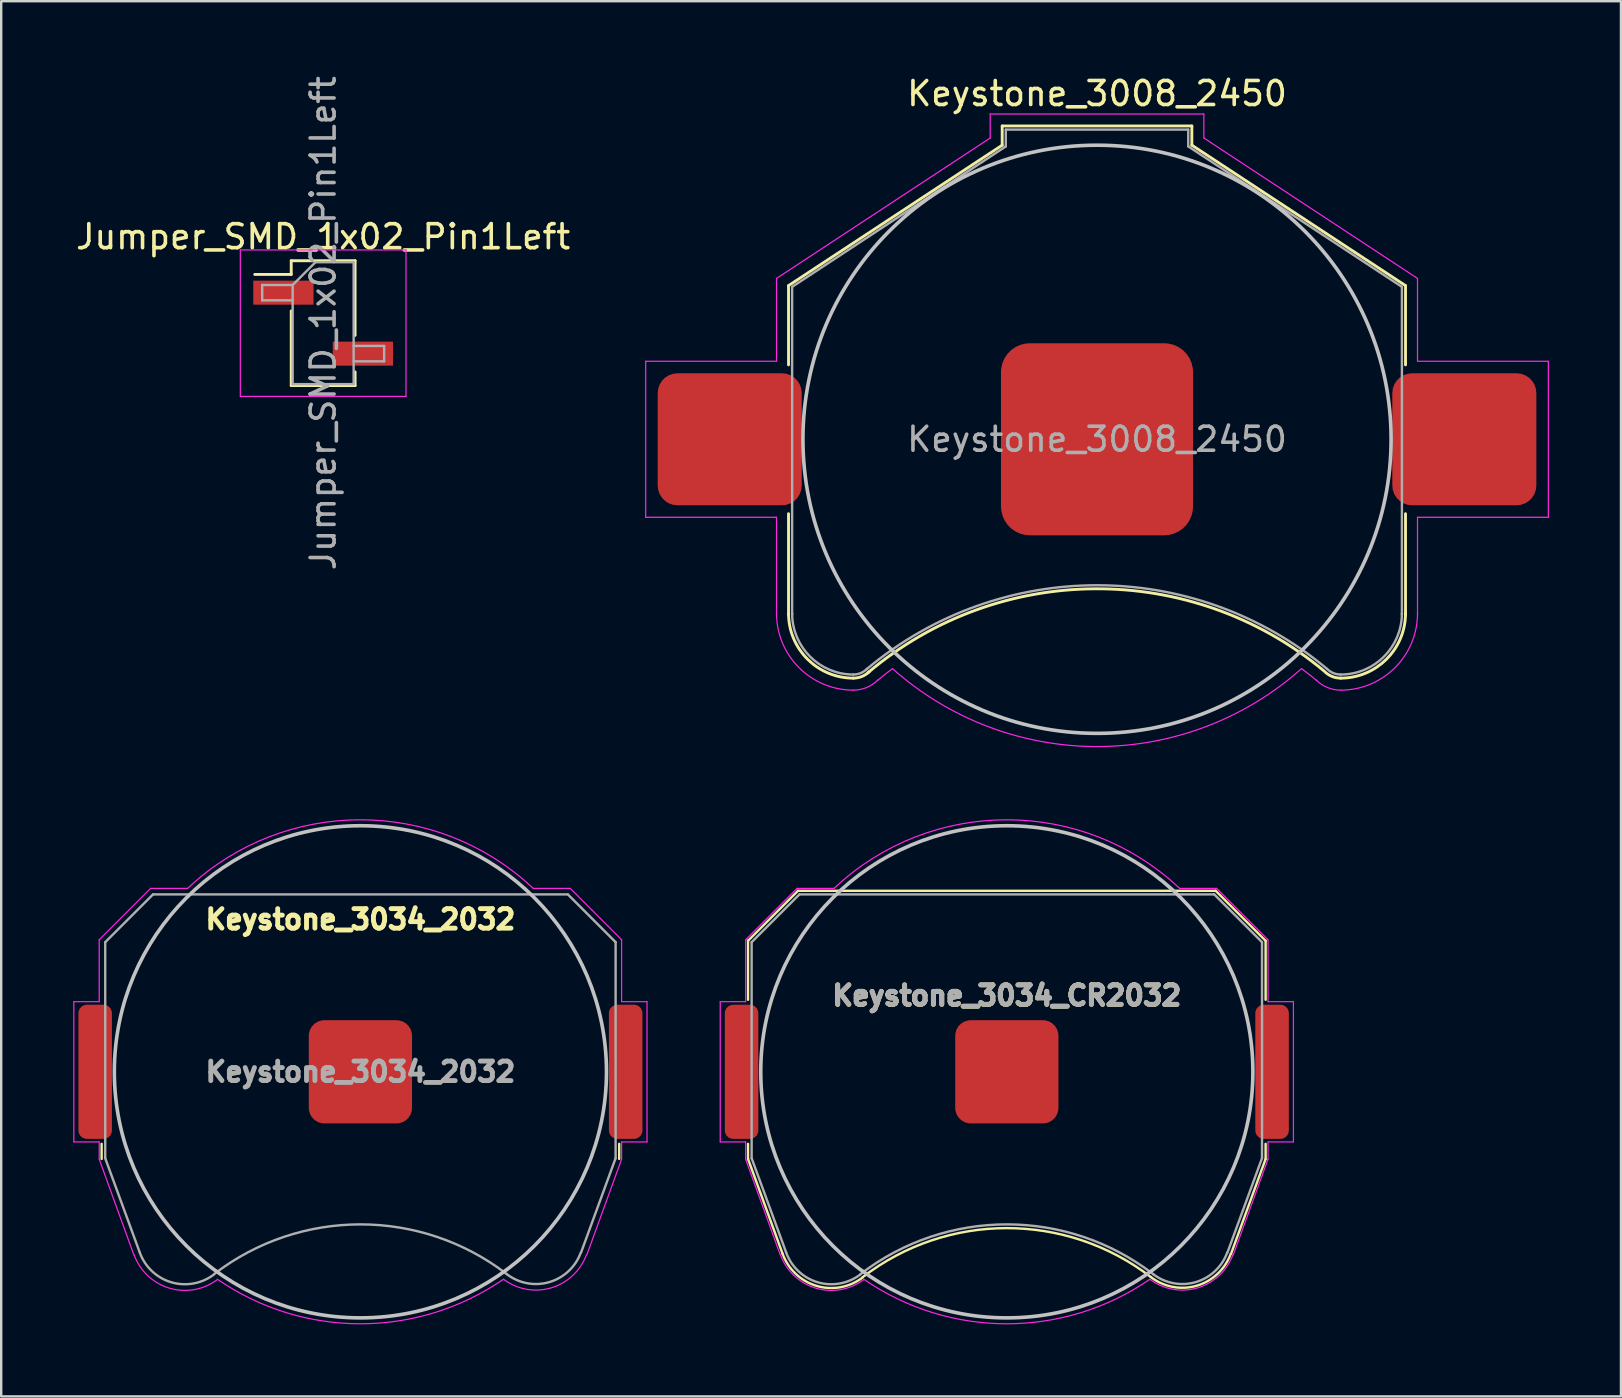
<source format=kicad_pcb>
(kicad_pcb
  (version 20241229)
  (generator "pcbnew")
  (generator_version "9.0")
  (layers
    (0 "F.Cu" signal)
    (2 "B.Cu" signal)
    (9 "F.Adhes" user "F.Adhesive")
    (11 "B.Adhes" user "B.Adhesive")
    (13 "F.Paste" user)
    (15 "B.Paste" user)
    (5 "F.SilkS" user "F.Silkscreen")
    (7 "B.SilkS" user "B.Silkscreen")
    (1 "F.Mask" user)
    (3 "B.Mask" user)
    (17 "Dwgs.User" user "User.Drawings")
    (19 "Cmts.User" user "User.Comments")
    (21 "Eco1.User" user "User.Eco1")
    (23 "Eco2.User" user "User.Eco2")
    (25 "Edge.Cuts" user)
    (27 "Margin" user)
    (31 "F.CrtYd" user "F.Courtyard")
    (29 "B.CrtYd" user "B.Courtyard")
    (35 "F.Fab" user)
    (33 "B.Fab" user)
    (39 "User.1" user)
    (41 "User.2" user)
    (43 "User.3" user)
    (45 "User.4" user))
  (footprint "Keystone_3034_CR2032"
    (layer "F.Cu")
    (at 38.889 41.596)
    (property "Reference" "Keystone_3034_CR2032" (at 0 -3.175 0) (layer "F.SilkS") (effects (font (size 0.813 0.813) (thickness 0.203))))
    (attr smd)
    (fp_line (start -10.78 -5.46) (end -10.78 -3) (stroke (width 0.1) (type solid)) (layer "F.SilkS"))
    (fp_line (start -10.78 3) (end -10.78 3.63) (stroke (width 0.1) (type solid)) (layer "F.SilkS"))
    (fp_line (start -10.78 3.63) (end -9.34 7.58) (stroke (width 0.1) (type solid)) (layer "F.SilkS"))
    (fp_line (start -8.7 -7.54) (end -10.78 -5.46) (stroke (width 0.1) (type solid)) (layer "F.SilkS"))
    (fp_line (start 8.7 -7.54) (end -8.7 -7.54) (stroke (width 0.1) (type solid)) (layer "F.SilkS"))
    (fp_line (start 8.7 -7.54) (end 10.78 -5.46) (stroke (width 0.1) (type solid)) (layer "F.SilkS"))
    (fp_line (start 10.78 -5.46) (end 10.78 -3) (stroke (width 0.1) (type solid)) (layer "F.SilkS"))
    (fp_line (start 10.78 3) (end 10.78 3.63) (stroke (width 0.1) (type solid)) (layer "F.SilkS"))
    (fp_line (start 10.78 3.63) (end 9.34 7.58) (stroke (width 0.1) (type solid)) (layer "F.SilkS"))
    (fp_arc (start -6.0046 8.553536) (mid -0.002901 6.511341) (end 6 8.55) (stroke (width 0.1) (type solid)) (layer "F.SilkS"))
    (fp_arc (start -6.003354 8.56653) (mid -7.921654 8.918738) (end -9.34 7.58) (stroke (width 0.1) (type solid)) (layer "F.SilkS"))
    (fp_arc (start 9.325243 7.588169) (mid 7.90634 8.911668) (end 6 8.55) (stroke (width 0.1) (type solid)) (layer "F.SilkS"))
    (fp_circle (center 0 0) (end 0 10.25) (stroke (width 0.15) (type solid)) (fill no) (layer "Dwgs.User"))
    (fp_line (start -11.938 -2.921) (end -11.938 2.921) (stroke (width 0.05) (type solid)) (layer "F.CrtYd"))
    (fp_line (start -11.938 2.921) (end -10.88 2.921) (stroke (width 0.05) (type solid)) (layer "F.CrtYd"))
    (fp_line (start -10.88 -5.5) (end -10.88 -2.921) (stroke (width 0.05) (type solid)) (layer "F.CrtYd"))
    (fp_line (start -10.88 -2.921) (end -11.938 -2.921) (stroke (width 0.05) (type solid)) (layer "F.CrtYd"))
    (fp_line (start -10.88 2.921) (end -10.88 3.64) (stroke (width 0.05) (type solid)) (layer "F.CrtYd"))
    (fp_line (start -10.88 3.64) (end -9.44 7.62) (stroke (width 0.05) (type solid)) (layer "F.CrtYd"))
    (fp_line (start -8.74 -7.64) (end -10.88 -5.5) (stroke (width 0.05) (type solid)) (layer "F.CrtYd"))
    (fp_line (start -7.2 -7.64) (end -8.74 -7.64) (stroke (width 0.05) (type solid)) (layer "F.CrtYd"))
    (fp_line (start 8.74 -7.64) (end 7.2 -7.64) (stroke (width 0.05) (type solid)) (layer "F.CrtYd"))
    (fp_line (start 9.43 7.63) (end 10.88 3.64) (stroke (width 0.05) (type solid)) (layer "F.CrtYd"))
    (fp_line (start 10.88 -5.5) (end 8.74 -7.64) (stroke (width 0.05) (type solid)) (layer "F.CrtYd"))
    (fp_line (start 10.88 -2.921) (end 10.88 -5.5) (stroke (width 0.05) (type solid)) (layer "F.CrtYd"))
    (fp_line (start 10.88 2.921) (end 11.938 2.921) (stroke (width 0.05) (type solid)) (layer "F.CrtYd"))
    (fp_line (start 10.88 3.64) (end 10.88 2.921) (stroke (width 0.05) (type solid)) (layer "F.CrtYd"))
    (fp_line (start 11.938 -2.921) (end 10.88 -2.921) (stroke (width 0.05) (type solid)) (layer "F.CrtYd"))
    (fp_line (start 11.938 2.921) (end 11.938 -2.921) (stroke (width 0.05) (type solid)) (layer "F.CrtYd"))
    (fp_arc (start -7.199546 -7.640427) (mid 0.000312 -10.498075) (end 7.2 -7.64) (stroke (width 0.05) (type solid)) (layer "F.CrtYd"))
    (fp_arc (start -5.956965 8.654604) (mid -7.953941 9.011629) (end -9.43 7.62) (stroke (width 0.05) (type solid)) (layer "F.CrtYd"))
    (fp_arc (start 5.945368 8.650075) (mid -0.008883 10.496243) (end -5.96 8.64) (stroke (width 0.05) (type solid)) (layer "F.CrtYd"))
    (fp_arc (start 9.415144 7.621341) (mid 7.944017 9.000493) (end 5.96 8.64) (stroke (width 0.05) (type solid)) (layer "F.CrtYd"))
    (fp_line (start -10.63 -5.4) (end -8.64 -7.39) (stroke (width 0.1) (type solid)) (layer "F.Fab"))
    (fp_line (start -10.63 3.6) (end -10.63 -5.4) (stroke (width 0.1) (type solid)) (layer "F.Fab"))
    (fp_line (start -9.19 7.53) (end -10.63 3.6) (stroke (width 0.1) (type solid)) (layer "F.Fab"))
    (fp_line (start -8.64 -7.39) (end 8.64 -7.39) (stroke (width 0.1) (type solid)) (layer "F.Fab"))
    (fp_line (start 8.64 -7.39) (end 10.63 -5.4) (stroke (width 0.1) (type solid)) (layer "F.Fab"))
    (fp_line (start 10.63 -5.4) (end 10.63 3.6) (stroke (width 0.1) (type solid)) (layer "F.Fab"))
    (fp_line (start 10.63 3.6) (end 9.19 7.53) (stroke (width 0.1) (type solid)) (layer "F.Fab"))
    (fp_arc (start -6.096146 8.438508) (mid -7.87328 8.768206) (end -9.19 7.53) (stroke (width 0.1) (type solid)) (layer "F.Fab"))
    (fp_arc (start -6.094852 8.426043) (mid 0.003247 6.355257) (end 6.1 8.43) (stroke (width 0.1) (type solid)) (layer "F.Fab"))
    (fp_arc (start 9.180727 7.528882) (mid 7.868698 8.760067) (end 6.1 8.43) (stroke (width 0.1) (type solid)) (layer "F.Fab"))
    (fp_text user "${REFERENCE}" (at 0 -3.175 0) (layer "F.Fab") (effects (font (size 0.813 0.813) (thickness 0.203))))
    (pad "1" smd roundrect (at -11.049 0) (size 1.397 5.588) (layers "F.Cu" "F.Mask" "F.Paste") (roundrect_rratio 0.25))
    (pad "1" smd roundrect (at 11.049 0) (size 1.397 5.588) (layers "F.Cu" "F.Mask" "F.Paste") (roundrect_rratio 0.25))
    (pad "2" smd roundrect (at 0 0) (size 4.3 4.3) (layers "F.Cu" "F.Mask" "F.Paste") (roundrect_rratio 0.15)))
  (footprint "Jumper_SMD_1x02_Pin1Left"
    (layer "F.Cu")
    (at 10.411 10.411)
    (property "Reference" "Jumper_SMD_1x02_Pin1Left" (at 0 -3.6 0) (layer "F.SilkS") (effects (font (size 1 1) (thickness 0.15))))
    (attr smd)
    (fp_line (start -1.33 -2.6) (end -1.33 -2.03) (stroke (width 0.12) (type solid)) (layer "F.SilkS"))
    (fp_line (start -1.33 -2.6) (end 1.33 -2.6) (stroke (width 0.12) (type solid)) (layer "F.SilkS"))
    (fp_line (start -1.33 -2.03) (end -2.85 -2.03) (stroke (width 0.12) (type solid)) (layer "F.SilkS"))
    (fp_line (start -1.33 -0.51) (end -1.33 2.6) (stroke (width 0.12) (type solid)) (layer "F.SilkS"))
    (fp_line (start -1.33 2.6) (end 1.33 2.6) (stroke (width 0.12) (type solid)) (layer "F.SilkS"))
    (fp_line (start 1.33 -2.6) (end 1.33 0.51) (stroke (width 0.12) (type solid)) (layer "F.SilkS"))
    (fp_line (start 1.33 2.03) (end 1.33 2.6) (stroke (width 0.12) (type solid)) (layer "F.SilkS"))
    (fp_line (start -3.45 -3.05) (end -3.45 3.05) (stroke (width 0.05) (type solid)) (layer "F.CrtYd"))
    (fp_line (start -3.45 3.05) (end 3.45 3.05) (stroke (width 0.05) (type solid)) (layer "F.CrtYd"))
    (fp_line (start 3.45 -3.05) (end -3.45 -3.05) (stroke (width 0.05) (type solid)) (layer "F.CrtYd"))
    (fp_line (start 3.45 3.05) (end 3.45 -3.05) (stroke (width 0.05) (type solid)) (layer "F.CrtYd"))
    (fp_line (start -2.54 -1.59) (end -2.54 -0.95) (stroke (width 0.1) (type solid)) (layer "F.Fab"))
    (fp_line (start -2.54 -0.95) (end -1.27 -0.95) (stroke (width 0.1) (type solid)) (layer "F.Fab"))
    (fp_line (start -1.27 -1.59) (end -2.54 -1.59) (stroke (width 0.1) (type solid)) (layer "F.Fab"))
    (fp_line (start -1.27 -1.59) (end -0.32 -2.54) (stroke (width 0.1) (type solid)) (layer "F.Fab"))
    (fp_line (start -1.27 2.54) (end -1.27 -1.59) (stroke (width 0.1) (type solid)) (layer "F.Fab"))
    (fp_line (start -0.32 -2.54) (end 1.27 -2.54) (stroke (width 0.1) (type solid)) (layer "F.Fab"))
    (fp_line (start 1.27 -2.54) (end 1.27 2.54) (stroke (width 0.1) (type solid)) (layer "F.Fab"))
    (fp_line (start 1.27 0.95) (end 2.54 0.95) (stroke (width 0.1) (type solid)) (layer "F.Fab"))
    (fp_line (start 1.27 2.54) (end -1.27 2.54) (stroke (width 0.1) (type solid)) (layer "F.Fab"))
    (fp_line (start 2.54 0.95) (end 2.54 1.59) (stroke (width 0.1) (type solid)) (layer "F.Fab"))
    (fp_line (start 2.54 1.59) (end 1.27 1.59) (stroke (width 0.1) (type solid)) (layer "F.Fab"))
    (fp_text user "${REFERENCE}" (at 0 0 90) (layer "F.Fab") (effects (font (size 1 1) (thickness 0.15))))
    (pad "1" smd rect (at -1.655 -1.27) (size 2.51 1) (layers "F.Cu" "F.Mask" "F.Paste"))
    (pad "2" smd rect (at 1.655 1.27) (size 2.51 1) (layers "F.Cu" "F.Mask" "F.Paste")))
  (footprint "Keystone_3008_2450"
    (layer "F.Cu")
    (at 42.646 15.248)
    (property "Reference" "Keystone_3008_2450" (at 0 -14.4 0) (layer "F.SilkS") (effects (font (size 1 1) (thickness 0.15))))
    (attr smd)
    (fp_line (start -12.85 -6.4) (end -12.85 -3.1) (stroke (width 0.12) (type solid)) (layer "F.SilkS"))
    (fp_line (start -12.85 3.1) (end -12.85 7.3) (stroke (width 0.12) (type solid)) (layer "F.SilkS"))
    (fp_line (start -3.95 -13.05) (end -3.95 -12.25) (stroke (width 0.12) (type solid)) (layer "F.SilkS"))
    (fp_line (start -3.95 -13.05) (end 3.95 -13.05) (stroke (width 0.12) (type solid)) (layer "F.SilkS"))
    (fp_line (start -3.95 -12.25) (end -12.85 -6.4) (stroke (width 0.12) (type solid)) (layer "F.SilkS"))
    (fp_line (start 3.95 -13.05) (end 3.95 -12.25) (stroke (width 0.12) (type solid)) (layer "F.SilkS"))
    (fp_line (start 3.95 -12.25) (end 12.85 -6.4) (stroke (width 0.12) (type solid)) (layer "F.SilkS"))
    (fp_line (start 12.85 -6.4) (end 12.85 -3.1) (stroke (width 0.12) (type solid)) (layer "F.SilkS"))
    (fp_line (start 12.85 3.1) (end 12.85 7.3) (stroke (width 0.12) (type solid)) (layer "F.SilkS"))
    (fp_arc (start -10.15 9.95) (mid -12.059188 9.159188) (end -12.85 7.25) (stroke (width 0.12) (type solid)) (layer "F.SilkS"))
    (fp_arc (start -9.55 9.73) (mid -0.071508 6.228057) (end 9.440443 9.638071) (stroke (width 0.12) (type solid)) (layer "F.SilkS"))
    (fp_arc (start -9.478249 9.671751) (mid -9.786451 9.877685) (end -10.15 9.95) (stroke (width 0.12) (type solid)) (layer "F.SilkS"))
    (fp_arc (start 10.15 9.95) (mid 9.786451 9.877686) (end 9.478249 9.671751) (stroke (width 0.12) (type solid)) (layer "F.SilkS"))
    (fp_arc (start 12.85 7.25) (mid 12.059188 9.159188) (end 10.15 9.95) (stroke (width 0.12) (type solid)) (layer "F.SilkS"))
    (fp_circle (center 0 0) (end 12.25 0) (stroke (width 0.15) (type solid)) (fill no) (layer "Dwgs.User"))
    (fp_line (start -18.8 -3.25) (end -18.8 3.25) (stroke (width 0.05) (type solid)) (layer "F.CrtYd"))
    (fp_line (start -18.8 3.25) (end -13.35 3.25) (stroke (width 0.05) (type solid)) (layer "F.CrtYd"))
    (fp_line (start -13.35 -6.7) (end -13.35 -3.25) (stroke (width 0.05) (type solid)) (layer "F.CrtYd"))
    (fp_line (start -13.35 -3.25) (end -18.8 -3.25) (stroke (width 0.05) (type solid)) (layer "F.CrtYd"))
    (fp_line (start -13.35 3.25) (end -13.35 7.3) (stroke (width 0.05) (type solid)) (layer "F.CrtYd"))
    (fp_line (start -4.45 -13.55) (end -4.45 -12.55) (stroke (width 0.05) (type solid)) (layer "F.CrtYd"))
    (fp_line (start -4.45 -13.55) (end 4.45 -13.55) (stroke (width 0.05) (type solid)) (layer "F.CrtYd"))
    (fp_line (start -4.45 -12.55) (end -13.35 -6.7) (stroke (width 0.05) (type solid)) (layer "F.CrtYd"))
    (fp_line (start 4.45 -13.55) (end 4.45 -12.55) (stroke (width 0.05) (type solid)) (layer "F.CrtYd"))
    (fp_line (start 4.45 -12.55) (end 13.35 -6.7) (stroke (width 0.05) (type solid)) (layer "F.CrtYd"))
    (fp_line (start 13.35 -6.7) (end 13.35 -3.25) (stroke (width 0.05) (type solid)) (layer "F.CrtYd"))
    (fp_line (start 13.35 -3.25) (end 18.8 -3.25) (stroke (width 0.05) (type solid)) (layer "F.CrtYd"))
    (fp_line (start 13.35 3.25) (end 13.35 7.3) (stroke (width 0.05) (type solid)) (layer "F.CrtYd"))
    (fp_line (start 18.8 -3.25) (end 18.8 3.25) (stroke (width 0.05) (type solid)) (layer "F.CrtYd"))
    (fp_line (start 18.8 3.25) (end 13.35 3.25) (stroke (width 0.05) (type solid)) (layer "F.CrtYd"))
    (fp_arc (start -10.15 10.45) (mid -12.412742 9.512742) (end -13.35 7.25) (stroke (width 0.05) (type solid)) (layer "F.CrtYd"))
    (fp_arc (start -9.15 10.05) (mid -8.840691 9.798786) (end -8.524488 9.556307) (stroke (width 0.05) (type solid)) (layer "F.CrtYd"))
    (fp_arc (start -9.124695 10.025305) (mid -9.595109 10.339626) (end -10.15 10.45) (stroke (width 0.05) (type solid)) (layer "F.CrtYd"))
    (fp_arc (start 0 12.8) (mid -4.55581 11.961797) (end -8.514949 9.556969) (stroke (width 0.05) (type solid)) (layer "F.CrtYd"))
    (fp_arc (start 8.514949 9.556969) (mid 4.55581 11.961798) (end 0 12.8) (stroke (width 0.05) (type solid)) (layer "F.CrtYd"))
    (fp_arc (start 8.524488 9.556307) (mid 8.840691 9.798786) (end 9.15 10.05) (stroke (width 0.05) (type solid)) (layer "F.CrtYd"))
    (fp_arc (start 10.15 10.45) (mid 9.595109 10.339625) (end 9.124695 10.025305) (stroke (width 0.05) (type solid)) (layer "F.CrtYd"))
    (fp_arc (start 13.35 7.25) (mid 12.412742 9.512742) (end 10.15 10.45) (stroke (width 0.05) (type solid)) (layer "F.CrtYd"))
    (fp_line (start -12.7 -6.35) (end -12.7 7.3) (stroke (width 0.1) (type solid)) (layer "F.Fab"))
    (fp_line (start -3.8 -12.9) (end -3.8 -12.2) (stroke (width 0.1) (type solid)) (layer "F.Fab"))
    (fp_line (start -3.8 -12.9) (end 3.8 -12.9) (stroke (width 0.1) (type solid)) (layer "F.Fab"))
    (fp_line (start -3.8 -12.2) (end -12.7 -6.35) (stroke (width 0.1) (type solid)) (layer "F.Fab"))
    (fp_line (start 3.8 -12.9) (end 3.8 -12.2) (stroke (width 0.1) (type solid)) (layer "F.Fab"))
    (fp_line (start 3.8 -12.2) (end 12.7 -6.35) (stroke (width 0.1) (type solid)) (layer "F.Fab"))
    (fp_line (start 12.7 -6.35) (end 12.7 7.3) (stroke (width 0.1) (type solid)) (layer "F.Fab"))
    (fp_arc (start -10.15 9.8) (mid -11.953122 9.053122) (end -12.7 7.25) (stroke (width 0.1) (type solid)) (layer "F.Fab"))
    (fp_arc (start -9.6 9.58) (mid -0.013392 6.081011) (end 9.579482 9.562783) (stroke (width 0.1) (type solid)) (layer "F.Fab"))
    (fp_arc (start -9.584315 9.565685) (mid -9.843853 9.739103) (end -10.15 9.8) (stroke (width 0.1) (type solid)) (layer "F.Fab"))
    (fp_arc (start 10.15 9.8) (mid 9.843853 9.739104) (end 9.584315 9.565685) (stroke (width 0.1) (type solid)) (layer "F.Fab"))
    (fp_arc (start 12.7 7.25) (mid 11.953122 9.053122) (end 10.15 9.8) (stroke (width 0.1) (type solid)) (layer "F.Fab"))
    (fp_text user "${REFERENCE}" (at 0 0 0) (layer "F.Fab") (effects (font (size 1 1) (thickness 0.15))))
    (pad "1" smd roundrect (at -15.3 0) (size 6 5.5) (layers "F.Cu" "F.Mask" "F.Paste") (roundrect_rratio 0.15))
    (pad "1" smd roundrect (at 15.3 0) (size 6 5.5) (layers "F.Cu" "F.Mask" "F.Paste") (roundrect_rratio 0.15))
    (pad "2" smd roundrect (at 0 0) (size 8 8) (layers "F.Cu" "F.Mask") (roundrect_rratio 0.15)))
  (footprint "Keystone_3034_2032"
    (layer "F.Cu")
    (at 11.963 41.596)
    (property "Reference" "Keystone_3034_2032" (at 0 0 0) (layer "F.Fab") (effects (font (size 0.813 0.813) (thickness 0.203))))
    (attr smd)
    (fp_line (start -10.78 3) (end -10.78 3.63) (stroke (width 0.1) (type solid)) (layer "F.SilkS"))
    (fp_line (start 10.78 3) (end 10.78 3.63) (stroke (width 0.1) (type solid)) (layer "F.SilkS"))
    (fp_circle (center 0 0) (end 0 10.25) (stroke (width 0.15) (type solid)) (fill no) (layer "Dwgs.User"))
    (fp_line (start -11.938 -2.921) (end -11.938 2.921) (stroke (width 0.05) (type solid)) (layer "F.CrtYd"))
    (fp_line (start -11.938 2.921) (end -10.88 2.921) (stroke (width 0.05) (type solid)) (layer "F.CrtYd"))
    (fp_line (start -10.88 -5.5) (end -10.88 -2.921) (stroke (width 0.05) (type solid)) (layer "F.CrtYd"))
    (fp_line (start -10.88 -2.921) (end -11.938 -2.921) (stroke (width 0.05) (type solid)) (layer "F.CrtYd"))
    (fp_line (start -10.88 2.921) (end -10.88 3.64) (stroke (width 0.05) (type solid)) (layer "F.CrtYd"))
    (fp_line (start -10.88 3.64) (end -9.44 7.62) (stroke (width 0.05) (type solid)) (layer "F.CrtYd"))
    (fp_line (start -8.74 -7.64) (end -10.88 -5.5) (stroke (width 0.05) (type solid)) (layer "F.CrtYd"))
    (fp_line (start -7.2 -7.64) (end -8.74 -7.64) (stroke (width 0.05) (type solid)) (layer "F.CrtYd"))
    (fp_line (start 8.74 -7.64) (end 7.2 -7.64) (stroke (width 0.05) (type solid)) (layer "F.CrtYd"))
    (fp_line (start 9.43 7.63) (end 10.88 3.64) (stroke (width 0.05) (type solid)) (layer "F.CrtYd"))
    (fp_line (start 10.88 -5.5) (end 8.74 -7.64) (stroke (width 0.05) (type solid)) (layer "F.CrtYd"))
    (fp_line (start 10.88 -2.921) (end 10.88 -5.5) (stroke (width 0.05) (type solid)) (layer "F.CrtYd"))
    (fp_line (start 10.88 2.921) (end 11.938 2.921) (stroke (width 0.05) (type solid)) (layer "F.CrtYd"))
    (fp_line (start 10.88 3.64) (end 10.88 2.921) (stroke (width 0.05) (type solid)) (layer "F.CrtYd"))
    (fp_line (start 11.938 -2.921) (end 10.88 -2.921) (stroke (width 0.05) (type solid)) (layer "F.CrtYd"))
    (fp_line (start 11.938 2.921) (end 11.938 -2.921) (stroke (width 0.05) (type solid)) (layer "F.CrtYd"))
    (fp_arc (start -7.199546 -7.640427) (mid 0.000312 -10.498075) (end 7.2 -7.64) (stroke (width 0.05) (type solid)) (layer "F.CrtYd"))
    (fp_arc (start -5.956965 8.654604) (mid -7.953941 9.011629) (end -9.43 7.62) (stroke (width 0.05) (type solid)) (layer "F.CrtYd"))
    (fp_arc (start 5.945368 8.650075) (mid -0.008883 10.496243) (end -5.96 8.64) (stroke (width 0.05) (type solid)) (layer "F.CrtYd"))
    (fp_arc (start 9.415144 7.621341) (mid 7.944017 9.000493) (end 5.96 8.64) (stroke (width 0.05) (type solid)) (layer "F.CrtYd"))
    (fp_line (start -10.63 -5.4) (end -8.64 -7.39) (stroke (width 0.1) (type solid)) (layer "F.Fab"))
    (fp_line (start -10.63 3.6) (end -10.63 -5.4) (stroke (width 0.1) (type solid)) (layer "F.Fab"))
    (fp_line (start -9.19 7.53) (end -10.63 3.6) (stroke (width 0.1) (type solid)) (layer "F.Fab"))
    (fp_line (start -8.64 -7.39) (end 8.64 -7.39) (stroke (width 0.1) (type solid)) (layer "F.Fab"))
    (fp_line (start 8.64 -7.39) (end 10.63 -5.4) (stroke (width 0.1) (type solid)) (layer "F.Fab"))
    (fp_line (start 10.63 -5.4) (end 10.63 3.6) (stroke (width 0.1) (type solid)) (layer "F.Fab"))
    (fp_line (start 10.63 3.6) (end 9.19 7.53) (stroke (width 0.1) (type solid)) (layer "F.Fab"))
    (fp_arc (start -6.096146 8.438508) (mid -7.87328 8.768206) (end -9.19 7.53) (stroke (width 0.1) (type solid)) (layer "F.Fab"))
    (fp_arc (start -6.094852 8.426043) (mid 0.003247 6.355257) (end 6.1 8.43) (stroke (width 0.1) (type solid)) (layer "F.Fab"))
    (fp_arc (start 9.180727 7.528882) (mid 7.868698 8.760067) (end 6.1 8.43) (stroke (width 0.1) (type solid)) (layer "F.Fab"))
    (fp_text user "${REFERENCE}" (at 0 -6.35 0) (layer "F.SilkS") (effects (font (size 0.813 0.813) (thickness 0.203))))
    (pad "1" smd roundrect (at -11.049 0) (size 1.397 5.588) (layers "F.Cu" "F.Mask" "F.Paste") (roundrect_rratio 0.25))
    (pad "1" smd roundrect (at 11.049 0) (size 1.397 5.588) (layers "F.Cu" "F.Mask" "F.Paste") (roundrect_rratio 0.25))
    (pad "2" smd roundrect (at 0 0) (size 4.3 4.3) (layers "F.Cu" "F.Mask" "F.Paste") (roundrect_rratio 0.15)))
  (gr_rect
    (start -3 -3)
    (end 64.471 55.118)
    (stroke (width 0.1) (type default))
    (fill no)
    (layer "Edge.Cuts")))
</source>
